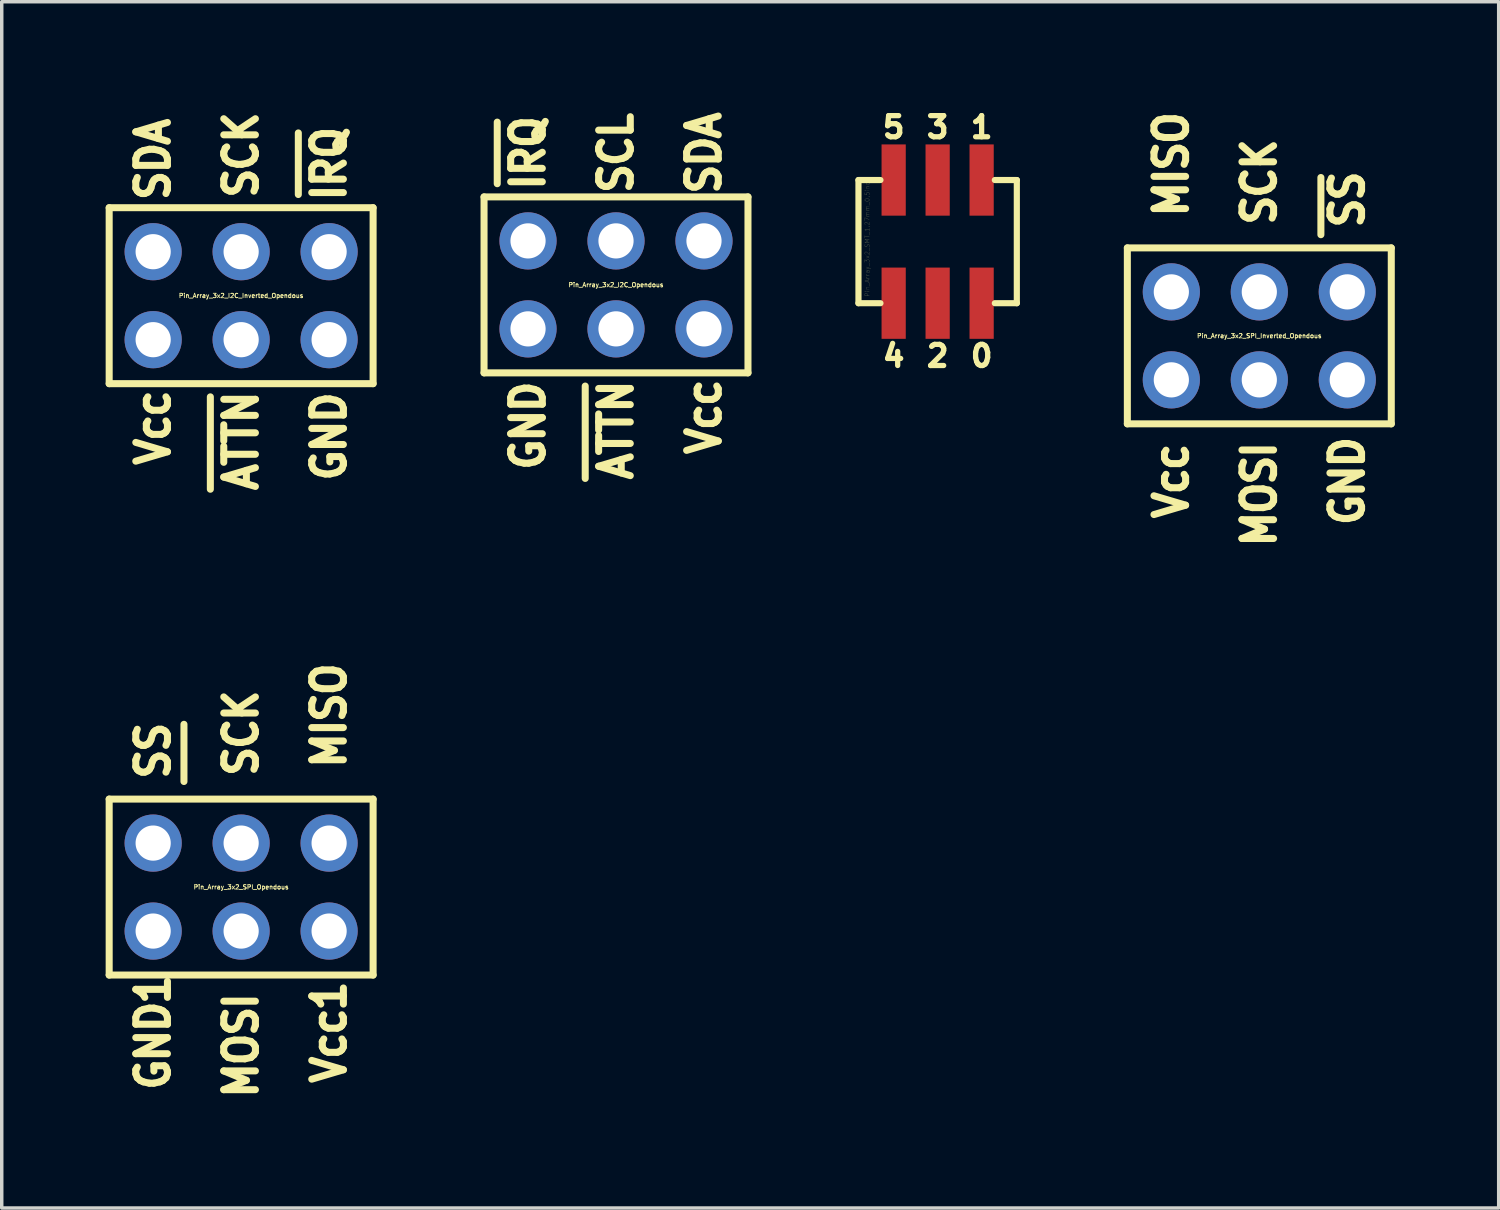
<source format=kicad_pcb>
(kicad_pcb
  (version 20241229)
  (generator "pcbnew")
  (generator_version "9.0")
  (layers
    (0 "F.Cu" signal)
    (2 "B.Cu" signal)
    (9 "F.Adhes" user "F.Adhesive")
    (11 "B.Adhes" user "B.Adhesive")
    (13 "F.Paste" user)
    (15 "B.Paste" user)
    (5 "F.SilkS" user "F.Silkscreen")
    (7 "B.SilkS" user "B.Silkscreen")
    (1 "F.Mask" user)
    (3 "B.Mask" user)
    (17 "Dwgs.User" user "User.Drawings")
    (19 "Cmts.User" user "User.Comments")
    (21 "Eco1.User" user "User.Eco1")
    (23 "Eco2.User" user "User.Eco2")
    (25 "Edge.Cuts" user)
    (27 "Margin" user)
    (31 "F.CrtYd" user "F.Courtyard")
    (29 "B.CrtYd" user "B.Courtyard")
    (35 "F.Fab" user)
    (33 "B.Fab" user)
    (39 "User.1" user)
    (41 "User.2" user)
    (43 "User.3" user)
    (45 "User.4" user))
  (footprint "Pin_Array_3x2_SPI_Inverted_Opendous"
    (layer "F.Cu")
    (at 33.308 6.647)
    (property "Reference" "Pin_Array_3x2_SPI_Inverted_Opendous" (at 0 0 0) (layer "F.SilkS") (effects (font (size 0.127 0.127) (thickness 0.025))))
    (attr through_hole)
    (fp_line (start -3.81 -2.54) (end -3.81 2.54) (stroke (width 0.203) (type solid)) (layer "F.SilkS"))
    (fp_line (start -3.81 2.54) (end 3.81 2.54) (stroke (width 0.203) (type solid)) (layer "F.SilkS"))
    (fp_line (start 1.778 -2.921) (end 1.778 -4.572) (stroke (width 0.203) (type solid)) (layer "F.SilkS"))
    (fp_line (start 3.81 -2.54) (end -3.81 -2.54) (stroke (width 0.203) (type solid)) (layer "F.SilkS"))
    (fp_line (start 3.81 2.54) (end 3.81 -2.54) (stroke (width 0.203) (type solid)) (layer "F.SilkS"))
    (fp_text user "GND" (at 2.54 4.191 90) (layer "F.SilkS") (effects (font (size 0.914 0.813) (thickness 0.203))))
    (fp_text user "SS" (at 2.54 -3.937 90) (layer "F.SilkS") (effects (font (size 0.914 0.813) (thickness 0.203))))
    (fp_text user "Vcc" (at -2.54 4.191 90) (layer "F.SilkS") (effects (font (size 0.914 0.813) (thickness 0.203))))
    (fp_text user "MISO" (at -2.54 -4.953 90) (layer "F.SilkS") (effects (font (size 0.914 0.813) (thickness 0.203))))
    (fp_text user "SCK" (at 0 -4.445 90) (layer "F.SilkS") (effects (font (size 0.914 0.813) (thickness 0.203))))
    (fp_text user "MOSI" (at 0 4.572 90) (layer "F.SilkS") (effects (font (size 0.914 0.813) (thickness 0.203))))
    (pad "1" thru_hole circle (at -2.54 -1.27) (size 1.651 1.651) (drill 1.016) (layers "*.Cu" "*.Mask"))
    (pad "2" thru_hole circle (at -2.54 1.27) (size 1.651 1.651) (drill 1.016) (layers "*.Cu" "*.Mask"))
    (pad "3" thru_hole circle (at 0 -1.27) (size 1.651 1.651) (drill 1.016) (layers "*.Cu" "*.Mask"))
    (pad "4" thru_hole circle (at 0 1.27) (size 1.651 1.651) (drill 1.016) (layers "*.Cu" "*.Mask"))
    (pad "5" thru_hole circle (at 2.54 -1.27) (size 1.651 1.651) (drill 1.016) (layers "*.Cu" "*.Mask"))
    (pad "6" thru_hole circle (at 2.54 1.27) (size 1.651 1.651) (drill 1.016) (layers "*.Cu" "*.Mask")))
  (footprint "Pin_Array_3x2_I2C_Inverted_Opendous"
    (layer "F.Cu")
    (at 3.912 5.487)
    (property "Reference" "Pin_Array_3x2_I2C_Inverted_Opendous" (at 0 0 0) (layer "F.SilkS") (effects (font (size 0.127 0.127) (thickness 0.025))))
    (attr through_hole)
    (fp_line (start -3.81 -2.54) (end -3.81 2.54) (stroke (width 0.203) (type solid)) (layer "F.SilkS"))
    (fp_line (start -3.81 2.54) (end 3.81 2.54) (stroke (width 0.203) (type solid)) (layer "F.SilkS"))
    (fp_line (start -0.889 5.588) (end -0.889 2.921) (stroke (width 0.203) (type solid)) (layer "F.SilkS"))
    (fp_line (start 1.651 -2.921) (end 1.651 -4.699) (stroke (width 0.203) (type solid)) (layer "F.SilkS"))
    (fp_line (start 3.81 -2.54) (end -3.81 -2.54) (stroke (width 0.203) (type solid)) (layer "F.SilkS"))
    (fp_line (start 3.81 2.54) (end 3.81 -2.54) (stroke (width 0.203) (type solid)) (layer "F.SilkS"))
    (fp_text user "SDA" (at -2.54 -3.937 90) (layer "F.SilkS") (effects (font (size 0.914 0.813) (thickness 0.203))))
    (fp_text user "ATTN" (at 0 4.191 90) (layer "F.SilkS") (effects (font (size 0.914 0.813) (thickness 0.203))))
    (fp_text user "Vcc" (at -2.54 3.81 90) (layer "F.SilkS") (effects (font (size 0.914 0.813) (thickness 0.203))))
    (fp_text user "IRQ" (at 2.54 -3.81 90) (layer "F.SilkS") (effects (font (size 0.914 0.813) (thickness 0.203))))
    (fp_text user "GND" (at 2.54 4.064 90) (layer "F.SilkS") (effects (font (size 0.914 0.813) (thickness 0.203))))
    (fp_text user "SCK" (at 0 -4.064 90) (layer "F.SilkS") (effects (font (size 0.914 0.813) (thickness 0.203))))
    (pad "1" thru_hole circle (at -2.54 -1.27) (size 1.651 1.651) (drill 1.016) (layers "*.Cu" "*.Mask"))
    (pad "2" thru_hole circle (at -2.54 1.27) (size 1.651 1.651) (drill 1.016) (layers "*.Cu" "*.Mask"))
    (pad "3" thru_hole circle (at 0 -1.27) (size 1.651 1.651) (drill 1.016) (layers "*.Cu" "*.Mask"))
    (pad "4" thru_hole circle (at 0 1.27) (size 1.651 1.651) (drill 1.016) (layers "*.Cu" "*.Mask"))
    (pad "5" thru_hole circle (at 2.54 -1.27) (size 1.651 1.651) (drill 1.016) (layers "*.Cu" "*.Mask"))
    (pad "6" thru_hole circle (at 2.54 1.27) (size 1.651 1.651) (drill 1.016) (layers "*.Cu" "*.Mask")))
  (footprint "Pin_Array_3x2_SPI_Opendous"
    (layer "F.Cu")
    (at 3.912 22.561)
    (property "Reference" "Pin_Array_3x2_SPI_Opendous" (at 0 0 0) (layer "F.SilkS") (effects (font (size 0.127 0.127) (thickness 0.025))))
    (attr through_hole)
    (fp_line (start -3.81 -2.54) (end -3.81 2.54) (stroke (width 0.203) (type solid)) (layer "F.SilkS"))
    (fp_line (start -3.81 2.54) (end 3.81 2.54) (stroke (width 0.203) (type solid)) (layer "F.SilkS"))
    (fp_line (start -1.651 -3.048) (end -1.651 -4.699) (stroke (width 0.203) (type solid)) (layer "F.SilkS"))
    (fp_line (start 3.81 -2.54) (end -3.81 -2.54) (stroke (width 0.203) (type solid)) (layer "F.SilkS"))
    (fp_line (start 3.81 2.54) (end 3.81 -2.54) (stroke (width 0.203) (type solid)) (layer "F.SilkS"))
    (fp_text user "SCK" (at 0 -4.445 90) (layer "F.SilkS") (effects (font (size 0.914 0.813) (thickness 0.203))))
    (fp_text user "Vcc1" (at 2.54 4.191 90) (layer "F.SilkS") (effects (font (size 0.914 0.813) (thickness 0.203))))
    (fp_text user "SS" (at -2.54 -3.937 90) (layer "F.SilkS") (effects (font (size 0.914 0.813) (thickness 0.203))))
    (fp_text user "MOSI" (at 0 4.572 90) (layer "F.SilkS") (effects (font (size 0.914 0.813) (thickness 0.203))))
    (fp_text user "GND1" (at -2.54 4.191 90) (layer "F.SilkS") (effects (font (size 0.914 0.813) (thickness 0.203))))
    (fp_text user "MISO" (at 2.54 -4.953 90) (layer "F.SilkS") (effects (font (size 0.914 0.813) (thickness 0.203))))
    (pad "1" thru_hole circle (at 2.54 -1.27) (size 1.651 1.651) (drill 1.016) (layers "*.Cu" "*.Mask"))
    (pad "2" thru_hole circle (at 2.54 1.27) (size 1.651 1.651) (drill 1.016) (layers "*.Cu" "*.Mask"))
    (pad "3" thru_hole circle (at 0 -1.27) (size 1.651 1.651) (drill 1.016) (layers "*.Cu" "*.Mask"))
    (pad "4" thru_hole circle (at 0 1.27) (size 1.651 1.651) (drill 1.016) (layers "*.Cu" "*.Mask"))
    (pad "5" thru_hole circle (at -2.54 -1.27) (size 1.651 1.651) (drill 1.016) (layers "*.Cu" "*.Mask"))
    (pad "6" thru_hole circle (at -2.54 1.27) (size 1.651 1.651) (drill 1.016) (layers "*.Cu" "*.Mask")))
  (footprint "Pin_Array_3x2_SMT_1.27mm_0.5inch"
    (layer "F.Cu")
    (at 24.021 3.926)
    (property "Reference" "Pin_Array_3x2_SMT_1.27mm_0.5inch" (at -2.032 -0.127 90) (layer "F.SilkS") (effects (font (size 0.127 0.127) (thickness 0.003))))
    (attr smd)
    (fp_line (start -2.286 -1.778) (end -2.286 1.778) (stroke (width 0.178) (type solid)) (layer "F.SilkS"))
    (fp_line (start -2.286 1.778) (end -1.651 1.778) (stroke (width 0.178) (type solid)) (layer "F.SilkS"))
    (fp_line (start -1.651 -1.778) (end -2.286 -1.778) (stroke (width 0.178) (type solid)) (layer "F.SilkS"))
    (fp_line (start 1.651 -1.778) (end 2.286 -1.778) (stroke (width 0.178) (type solid)) (layer "F.SilkS"))
    (fp_line (start 2.286 -1.778) (end 2.286 1.778) (stroke (width 0.178) (type solid)) (layer "F.SilkS"))
    (fp_line (start 2.286 1.778) (end 1.651 1.778) (stroke (width 0.178) (type solid)) (layer "F.SilkS"))
    (fp_text user "2" (at 0 3.302 0) (layer "F.SilkS") (effects (font (size 0.61 0.61) (thickness 0.152))))
    (fp_text user "3" (at 0 -3.302 0) (layer "F.SilkS") (effects (font (size 0.61 0.61) (thickness 0.152))))
    (fp_text user "0" (at 1.27 3.302 0) (layer "F.SilkS") (effects (font (size 0.61 0.61) (thickness 0.152))))
    (fp_text user "5" (at -1.27 -3.302 0) (layer "F.SilkS") (effects (font (size 0.61 0.61) (thickness 0.152))))
    (fp_text user "1" (at 1.27 -3.302 0) (layer "F.SilkS") (effects (font (size 0.61 0.61) (thickness 0.152))))
    (fp_text user "4" (at -1.27 3.302 0) (layer "F.SilkS") (effects (font (size 0.61 0.61) (thickness 0.152))))
    (pad "1" smd rect (at 1.27 -1.778) (size 0.699 2.057) (layers "F.Cu" "F.Mask" "F.Paste"))
    (pad "2" smd rect (at 1.27 1.778) (size 0.699 2.057) (layers "F.Cu" "F.Mask" "F.Paste"))
    (pad "3" smd rect (at 0 -1.778) (size 0.699 2.057) (layers "F.Cu" "F.Mask" "F.Paste"))
    (pad "4" smd rect (at 0 1.778) (size 0.699 2.057) (layers "F.Cu" "F.Mask" "F.Paste"))
    (pad "5" smd rect (at -1.27 -1.778) (size 0.699 2.057) (layers "F.Cu" "F.Mask" "F.Paste"))
    (pad "6" smd rect (at -1.27 1.778) (size 0.699 2.057) (layers "F.Cu" "F.Mask" "F.Paste")))
  (footprint "Pin_Array_3x2_I2C_Opendous"
    (layer "F.Cu")
    (at 14.735 5.175)
    (property "Reference" "Pin_Array_3x2_I2C_Opendous" (at 0 0 0) (layer "F.SilkS") (effects (font (size 0.127 0.127) (thickness 0.025))))
    (attr through_hole)
    (fp_line (start -3.81 -2.54) (end -3.81 2.54) (stroke (width 0.203) (type solid)) (layer "F.SilkS"))
    (fp_line (start -3.81 2.54) (end 3.81 2.54) (stroke (width 0.203) (type solid)) (layer "F.SilkS"))
    (fp_line (start -3.429 -2.921) (end -3.429 -4.699) (stroke (width 0.203) (type solid)) (layer "F.SilkS"))
    (fp_line (start -0.889 5.588) (end -0.889 2.921) (stroke (width 0.203) (type solid)) (layer "F.SilkS"))
    (fp_line (start 3.81 -2.54) (end -3.81 -2.54) (stroke (width 0.203) (type solid)) (layer "F.SilkS"))
    (fp_line (start 3.81 2.54) (end 3.81 -2.54) (stroke (width 0.203) (type solid)) (layer "F.SilkS"))
    (fp_text user "SCL" (at 0 -3.81 90) (layer "F.SilkS") (effects (font (size 0.914 0.813) (thickness 0.203))))
    (fp_text user "IRQ" (at -2.54 -3.81 90) (layer "F.SilkS") (effects (font (size 0.914 0.813) (thickness 0.203))))
    (fp_text user "Vcc" (at 2.54 3.81 90) (layer "F.SilkS") (effects (font (size 0.914 0.813) (thickness 0.203))))
    (fp_text user "SDA" (at 2.54 -3.81 90) (layer "F.SilkS") (effects (font (size 0.914 0.813) (thickness 0.203))))
    (fp_text user "GND" (at -2.54 4.064 90) (layer "F.SilkS") (effects (font (size 0.914 0.813) (thickness 0.203))))
    (fp_text user "ATTN" (at 0 4.191 90) (layer "F.SilkS") (effects (font (size 0.914 0.813) (thickness 0.203))))
    (pad "1" thru_hole circle (at 2.54 -1.27) (size 1.651 1.651) (drill 1.016) (layers "*.Cu" "*.Mask"))
    (pad "2" thru_hole circle (at 2.54 1.27) (size 1.651 1.651) (drill 1.016) (layers "*.Cu" "*.Mask"))
    (pad "3" thru_hole circle (at 0 -1.27) (size 1.651 1.651) (drill 1.016) (layers "*.Cu" "*.Mask"))
    (pad "4" thru_hole circle (at 0 1.27) (size 1.651 1.651) (drill 1.016) (layers "*.Cu" "*.Mask"))
    (pad "5" thru_hole circle (at -2.54 -1.27) (size 1.651 1.651) (drill 1.016) (layers "*.Cu" "*.Mask"))
    (pad "6" thru_hole circle (at -2.54 1.27) (size 1.651 1.651) (drill 1.016) (layers "*.Cu" "*.Mask")))
  (gr_rect
    (start -3 -3)
    (end 40.219 31.827)
    (stroke (width 0.1) (type default))
    (fill no)
    (layer "Edge.Cuts")))
</source>
